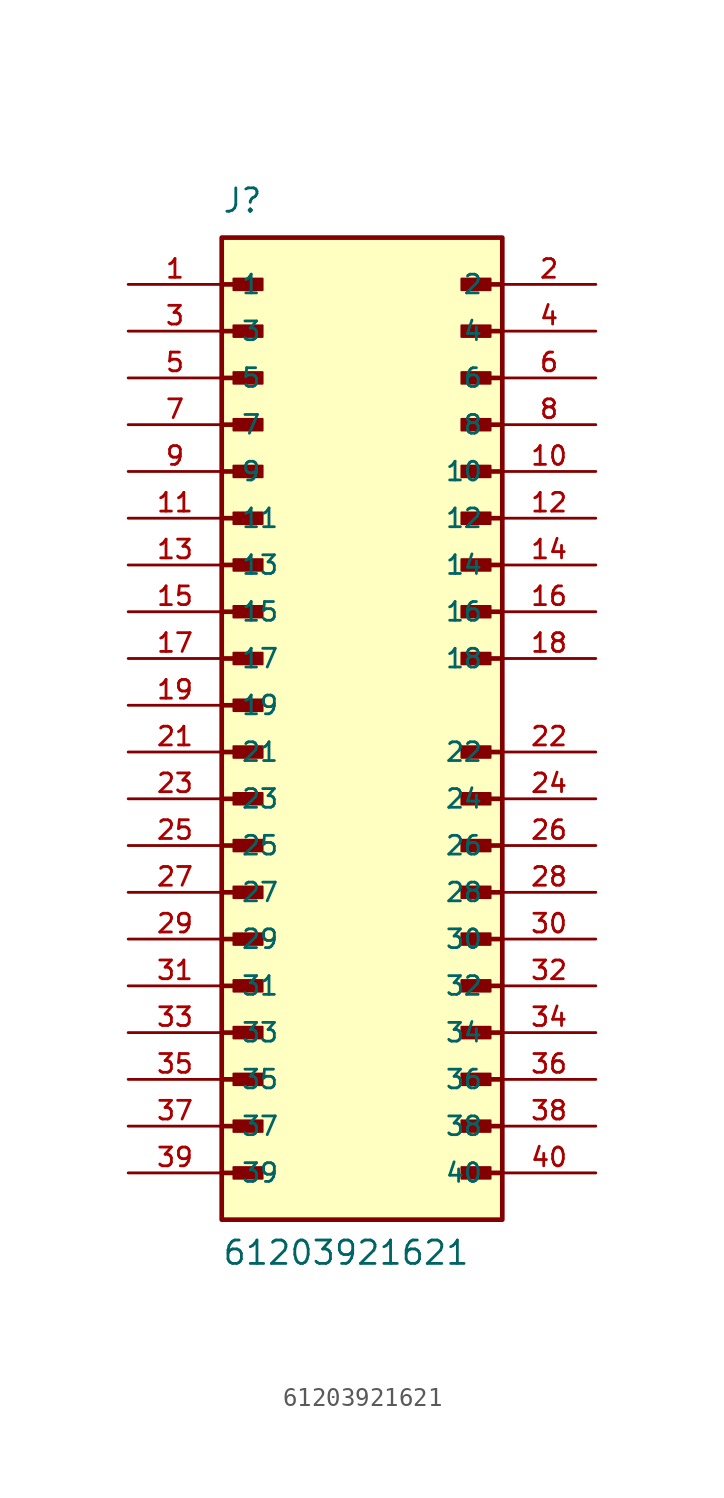
<source format=kicad_sym>
(kicad_symbol_lib
  (version 20231120)
  (generator "kicad_symbol_editor")
  (generator_version "8.0")
  (symbol "61203921621"
    (pin_names
      (offset 1.016))
    (property "Reference" "J"
      (at -7.62 26.67 0)
      (effects (font (size 1.27 1.27)) (justify left bottom)))
    (property "Value" "61203921621"
      (at -7.62 -30.48 0)
      (effects (font (size 1.27 1.27)) (justify left bottom)))
    (symbol "61203921621_0_0"
      (rectangle (start -7.62 25.4) (end 7.62 -27.94) (stroke (width 0.254) (type default)) (fill (type background)))
      (rectangle (start -6.985 -25.718) (end -5.397 -25.082) (stroke (width 0.1) (type default)) (fill (type outline)))
      (rectangle (start -6.985 -23.177) (end -5.397 -22.543) (stroke (width 0.1) (type default)) (fill (type outline)))
      (rectangle (start -6.985 -20.637) (end -5.397 -20.003) (stroke (width 0.1) (type default)) (fill (type outline)))
      (rectangle (start -6.985 -18.098) (end -5.397 -17.462) (stroke (width 0.1) (type default)) (fill (type outline)))
      (rectangle (start -6.985 -15.557) (end -5.397 -14.922) (stroke (width 0.1) (type default)) (fill (type outline)))
      (rectangle (start -6.985 -13.018) (end -5.397 -12.383) (stroke (width 0.1) (type default)) (fill (type outline)))
      (rectangle (start -6.985 -10.477) (end -5.397 -9.842) (stroke (width 0.1) (type default)) (fill (type outline)))
      (rectangle (start -6.985 -7.938) (end -5.397 -7.303) (stroke (width 0.1) (type default)) (fill (type outline)))
      (rectangle (start -6.985 -5.397) (end -5.397 -4.763) (stroke (width 0.1) (type default)) (fill (type outline)))
      (rectangle (start -6.985 -2.857) (end -5.397 -2.223) (stroke (width 0.1) (type default)) (fill (type outline)))
      (rectangle (start -6.985 -0.318) (end -5.397 0.318) (stroke (width 0.1) (type default)) (fill (type outline)))
      (rectangle (start -6.985 2.223) (end -5.397 2.857) (stroke (width 0.1) (type default)) (fill (type outline)))
      (rectangle (start -6.985 4.763) (end -5.397 5.397) (stroke (width 0.1) (type default)) (fill (type outline)))
      (rectangle (start -6.985 7.303) (end -5.397 7.938) (stroke (width 0.1) (type default)) (fill (type outline)))
      (rectangle (start -6.985 9.842) (end -5.397 10.477) (stroke (width 0.1) (type default)) (fill (type outline)))
      (rectangle (start -6.985 12.383) (end -5.397 13.018) (stroke (width 0.1) (type default)) (fill (type outline)))
      (rectangle (start -6.985 14.922) (end -5.397 15.557) (stroke (width 0.1) (type default)) (fill (type outline)))
      (rectangle (start -6.985 17.462) (end -5.397 18.098) (stroke (width 0.1) (type default)) (fill (type outline)))
      (rectangle (start -6.985 20.003) (end -5.397 20.637) (stroke (width 0.1) (type default)) (fill (type outline)))
      (rectangle (start -6.985 22.543) (end -5.397 23.177) (stroke (width 0.1) (type default)) (fill (type outline)))
      (polyline (pts (xy -7.62 -25.4) (xy -5.715 -25.4)) (stroke (width 0.254) (type default)) (fill (type none)))
      (polyline (pts (xy -7.62 -22.86) (xy -5.715 -22.86)) (stroke (width 0.254) (type default)) (fill (type none)))
      (polyline (pts (xy -7.62 -20.32) (xy -5.715 -20.32)) (stroke (width 0.254) (type default)) (fill (type none)))
      (polyline (pts (xy -7.62 -17.78) (xy -5.715 -17.78)) (stroke (width 0.254) (type default)) (fill (type none)))
      (polyline (pts (xy -7.62 -15.24) (xy -5.715 -15.24)) (stroke (width 0.254) (type default)) (fill (type none)))
      (polyline (pts (xy -7.62 -12.7) (xy -5.715 -12.7)) (stroke (width 0.254) (type default)) (fill (type none)))
      (polyline (pts (xy -7.62 -10.16) (xy -5.715 -10.16)) (stroke (width 0.254) (type default)) (fill (type none)))
      (polyline (pts (xy -7.62 -7.62) (xy -5.715 -7.62)) (stroke (width 0.254) (type default)) (fill (type none)))
      (polyline (pts (xy -7.62 -5.08) (xy -5.715 -5.08)) (stroke (width 0.254) (type default)) (fill (type none)))
      (polyline (pts (xy -7.62 -2.54) (xy -5.715 -2.54)) (stroke (width 0.254) (type default)) (fill (type none)))
      (polyline (pts (xy -7.62 0) (xy -5.715 0)) (stroke (width 0.254) (type default)) (fill (type none)))
      (polyline (pts (xy -7.62 2.54) (xy -5.715 2.54)) (stroke (width 0.254) (type default)) (fill (type none)))
      (polyline (pts (xy -7.62 5.08) (xy -5.715 5.08)) (stroke (width 0.254) (type default)) (fill (type none)))
      (polyline (pts (xy -7.62 7.62) (xy -5.715 7.62)) (stroke (width 0.254) (type default)) (fill (type none)))
      (polyline (pts (xy -7.62 10.16) (xy -5.715 10.16)) (stroke (width 0.254) (type default)) (fill (type none)))
      (polyline (pts (xy -7.62 12.7) (xy -5.715 12.7)) (stroke (width 0.254) (type default)) (fill (type none)))
      (polyline (pts (xy -7.62 15.24) (xy -5.715 15.24)) (stroke (width 0.254) (type default)) (fill (type none)))
      (polyline (pts (xy -7.62 17.78) (xy -5.715 17.78)) (stroke (width 0.254) (type default)) (fill (type none)))
      (polyline (pts (xy -7.62 20.32) (xy -5.715 20.32)) (stroke (width 0.254) (type default)) (fill (type none)))
      (polyline (pts (xy -7.62 22.86) (xy -5.715 22.86)) (stroke (width 0.254) (type default)) (fill (type none)))
      (polyline (pts (xy 7.62 -25.4) (xy 5.715 -25.4)) (stroke (width 0.254) (type default)) (fill (type none)))
      (polyline (pts (xy 7.62 -22.86) (xy 5.715 -22.86)) (stroke (width 0.254) (type default)) (fill (type none)))
      (polyline (pts (xy 7.62 -20.32) (xy 5.715 -20.32)) (stroke (width 0.254) (type default)) (fill (type none)))
      (polyline (pts (xy 7.62 -17.78) (xy 5.715 -17.78)) (stroke (width 0.254) (type default)) (fill (type none)))
      (polyline (pts (xy 7.62 -15.24) (xy 5.715 -15.24)) (stroke (width 0.254) (type default)) (fill (type none)))
      (polyline (pts (xy 7.62 -12.7) (xy 5.715 -12.7)) (stroke (width 0.254) (type default)) (fill (type none)))
      (polyline (pts (xy 7.62 -10.16) (xy 5.715 -10.16)) (stroke (width 0.254) (type default)) (fill (type none)))
      (polyline (pts (xy 7.62 -7.62) (xy 5.715 -7.62)) (stroke (width 0.254) (type default)) (fill (type none)))
      (polyline (pts (xy 7.62 -5.08) (xy 5.715 -5.08)) (stroke (width 0.254) (type default)) (fill (type none)))
      (polyline (pts (xy 7.62 -2.54) (xy 5.715 -2.54)) (stroke (width 0.254) (type default)) (fill (type none)))
      (polyline (pts (xy 7.62 2.54) (xy 5.715 2.54)) (stroke (width 0.254) (type default)) (fill (type none)))
      (polyline (pts (xy 7.62 5.08) (xy 5.715 5.08)) (stroke (width 0.254) (type default)) (fill (type none)))
      (polyline (pts (xy 7.62 7.62) (xy 5.715 7.62)) (stroke (width 0.254) (type default)) (fill (type none)))
      (polyline (pts (xy 7.62 10.16) (xy 5.715 10.16)) (stroke (width 0.254) (type default)) (fill (type none)))
      (polyline (pts (xy 7.62 12.7) (xy 5.715 12.7)) (stroke (width 0.254) (type default)) (fill (type none)))
      (polyline (pts (xy 7.62 15.24) (xy 5.715 15.24)) (stroke (width 0.254) (type default)) (fill (type none)))
      (polyline (pts (xy 7.62 17.78) (xy 5.715 17.78)) (stroke (width 0.254) (type default)) (fill (type none)))
      (polyline (pts (xy 7.62 20.32) (xy 5.715 20.32)) (stroke (width 0.254) (type default)) (fill (type none)))
      (polyline (pts (xy 7.62 22.86) (xy 5.715 22.86)) (stroke (width 0.254) (type default)) (fill (type none)))
      (rectangle (start 5.397 -25.718) (end 6.985 -25.082) (stroke (width 0.1) (type default)) (fill (type outline)))
      (rectangle (start 5.397 -23.177) (end 6.985 -22.543) (stroke (width 0.1) (type default)) (fill (type outline)))
      (rectangle (start 5.397 -20.637) (end 6.985 -20.003) (stroke (width 0.1) (type default)) (fill (type outline)))
      (rectangle (start 5.397 -18.098) (end 6.985 -17.462) (stroke (width 0.1) (type default)) (fill (type outline)))
      (rectangle (start 5.397 -15.557) (end 6.985 -14.922) (stroke (width 0.1) (type default)) (fill (type outline)))
      (rectangle (start 5.397 -13.018) (end 6.985 -12.383) (stroke (width 0.1) (type default)) (fill (type outline)))
      (rectangle (start 5.397 -10.477) (end 6.985 -9.842) (stroke (width 0.1) (type default)) (fill (type outline)))
      (rectangle (start 5.397 -7.938) (end 6.985 -7.303) (stroke (width 0.1) (type default)) (fill (type outline)))
      (rectangle (start 5.397 -5.397) (end 6.985 -4.763) (stroke (width 0.1) (type default)) (fill (type outline)))
      (rectangle (start 5.397 -2.857) (end 6.985 -2.223) (stroke (width 0.1) (type default)) (fill (type outline)))
      (rectangle (start 5.397 2.223) (end 6.985 2.857) (stroke (width 0.1) (type default)) (fill (type outline)))
      (rectangle (start 5.397 4.763) (end 6.985 5.397) (stroke (width 0.1) (type default)) (fill (type outline)))
      (rectangle (start 5.397 7.303) (end 6.985 7.938) (stroke (width 0.1) (type default)) (fill (type outline)))
      (rectangle (start 5.397 9.842) (end 6.985 10.477) (stroke (width 0.1) (type default)) (fill (type outline)))
      (rectangle (start 5.397 12.383) (end 6.985 13.018) (stroke (width 0.1) (type default)) (fill (type outline)))
      (rectangle (start 5.397 14.922) (end 6.985 15.557) (stroke (width 0.1) (type default)) (fill (type outline)))
      (rectangle (start 5.397 17.462) (end 6.985 18.098) (stroke (width 0.1) (type default)) (fill (type outline)))
      (rectangle (start 5.397 20.003) (end 6.985 20.637) (stroke (width 0.1) (type default)) (fill (type outline)))
      (rectangle (start 5.397 22.543) (end 6.985 23.177) (stroke (width 0.1) (type default)) (fill (type outline)))
      (pin passive line (at -12.7 22.86 0) (length 5.08) (name "1" (effects (font (size 1.016 1.016)))) (number "1" (effects (font (size 1.016 1.016)))))
      (pin passive line (at 12.7 12.7 180) (length 5.08) (name "10" (effects (font (size 1.016 1.016)))) (number "10" (effects (font (size 1.016 1.016)))))
      (pin passive line (at -12.7 10.16 0) (length 5.08) (name "11" (effects (font (size 1.016 1.016)))) (number "11" (effects (font (size 1.016 1.016)))))
      (pin passive line (at 12.7 10.16 180) (length 5.08) (name "12" (effects (font (size 1.016 1.016)))) (number "12" (effects (font (size 1.016 1.016)))))
      (pin passive line (at -12.7 7.62 0) (length 5.08) (name "13" (effects (font (size 1.016 1.016)))) (number "13" (effects (font (size 1.016 1.016)))))
      (pin passive line (at 12.7 7.62 180) (length 5.08) (name "14" (effects (font (size 1.016 1.016)))) (number "14" (effects (font (size 1.016 1.016)))))
      (pin passive line (at -12.7 5.08 0) (length 5.08) (name "15" (effects (font (size 1.016 1.016)))) (number "15" (effects (font (size 1.016 1.016)))))
      (pin passive line (at 12.7 5.08 180) (length 5.08) (name "16" (effects (font (size 1.016 1.016)))) (number "16" (effects (font (size 1.016 1.016)))))
      (pin passive line (at -12.7 2.54 0) (length 5.08) (name "17" (effects (font (size 1.016 1.016)))) (number "17" (effects (font (size 1.016 1.016)))))
      (pin passive line (at 12.7 2.54 180) (length 5.08) (name "18" (effects (font (size 1.016 1.016)))) (number "18" (effects (font (size 1.016 1.016)))))
      (pin passive line (at -12.7 0 0) (length 5.08) (name "19" (effects (font (size 1.016 1.016)))) (number "19" (effects (font (size 1.016 1.016)))))
      (pin passive line (at 12.7 22.86 180) (length 5.08) (name "2" (effects (font (size 1.016 1.016)))) (number "2" (effects (font (size 1.016 1.016)))))
      (pin passive line (at -12.7 -2.54 0) (length 5.08) (name "21" (effects (font (size 1.016 1.016)))) (number "21" (effects (font (size 1.016 1.016)))))
      (pin passive line (at 12.7 -2.54 180) (length 5.08) (name "22" (effects (font (size 1.016 1.016)))) (number "22" (effects (font (size 1.016 1.016)))))
      (pin passive line (at -12.7 -5.08 0) (length 5.08) (name "23" (effects (font (size 1.016 1.016)))) (number "23" (effects (font (size 1.016 1.016)))))
      (pin passive line (at 12.7 -5.08 180) (length 5.08) (name "24" (effects (font (size 1.016 1.016)))) (number "24" (effects (font (size 1.016 1.016)))))
      (pin passive line (at -12.7 -7.62 0) (length 5.08) (name "25" (effects (font (size 1.016 1.016)))) (number "25" (effects (font (size 1.016 1.016)))))
      (pin passive line (at 12.7 -7.62 180) (length 5.08) (name "26" (effects (font (size 1.016 1.016)))) (number "26" (effects (font (size 1.016 1.016)))))
      (pin passive line (at -12.7 -10.16 0) (length 5.08) (name "27" (effects (font (size 1.016 1.016)))) (number "27" (effects (font (size 1.016 1.016)))))
      (pin passive line (at 12.7 -10.16 180) (length 5.08) (name "28" (effects (font (size 1.016 1.016)))) (number "28" (effects (font (size 1.016 1.016)))))
      (pin passive line (at -12.7 -12.7 0) (length 5.08) (name "29" (effects (font (size 1.016 1.016)))) (number "29" (effects (font (size 1.016 1.016)))))
      (pin passive line (at -12.7 20.32 0) (length 5.08) (name "3" (effects (font (size 1.016 1.016)))) (number "3" (effects (font (size 1.016 1.016)))))
      (pin passive line (at 12.7 -12.7 180) (length 5.08) (name "30" (effects (font (size 1.016 1.016)))) (number "30" (effects (font (size 1.016 1.016)))))
      (pin passive line (at -12.7 -15.24 0) (length 5.08) (name "31" (effects (font (size 1.016 1.016)))) (number "31" (effects (font (size 1.016 1.016)))))
      (pin passive line (at 12.7 -15.24 180) (length 5.08) (name "32" (effects (font (size 1.016 1.016)))) (number "32" (effects (font (size 1.016 1.016)))))
      (pin passive line (at -12.7 -17.78 0) (length 5.08) (name "33" (effects (font (size 1.016 1.016)))) (number "33" (effects (font (size 1.016 1.016)))))
      (pin passive line (at 12.7 -17.78 180) (length 5.08) (name "34" (effects (font (size 1.016 1.016)))) (number "34" (effects (font (size 1.016 1.016)))))
      (pin passive line (at -12.7 -20.32 0) (length 5.08) (name "35" (effects (font (size 1.016 1.016)))) (number "35" (effects (font (size 1.016 1.016)))))
      (pin passive line (at 12.7 -20.32 180) (length 5.08) (name "36" (effects (font (size 1.016 1.016)))) (number "36" (effects (font (size 1.016 1.016)))))
      (pin passive line (at -12.7 -22.86 0) (length 5.08) (name "37" (effects (font (size 1.016 1.016)))) (number "37" (effects (font (size 1.016 1.016)))))
      (pin passive line (at 12.7 -22.86 180) (length 5.08) (name "38" (effects (font (size 1.016 1.016)))) (number "38" (effects (font (size 1.016 1.016)))))
      (pin passive line (at -12.7 -25.4 0) (length 5.08) (name "39" (effects (font (size 1.016 1.016)))) (number "39" (effects (font (size 1.016 1.016)))))
      (pin passive line (at 12.7 20.32 180) (length 5.08) (name "4" (effects (font (size 1.016 1.016)))) (number "4" (effects (font (size 1.016 1.016)))))
      (pin passive line (at 12.7 -25.4 180) (length 5.08) (name "40" (effects (font (size 1.016 1.016)))) (number "40" (effects (font (size 1.016 1.016)))))
      (pin passive line (at -12.7 17.78 0) (length 5.08) (name "5" (effects (font (size 1.016 1.016)))) (number "5" (effects (font (size 1.016 1.016)))))
      (pin passive line (at 12.7 17.78 180) (length 5.08) (name "6" (effects (font (size 1.016 1.016)))) (number "6" (effects (font (size 1.016 1.016)))))
      (pin passive line (at -12.7 15.24 0) (length 5.08) (name "7" (effects (font (size 1.016 1.016)))) (number "7" (effects (font (size 1.016 1.016)))))
      (pin passive line (at 12.7 15.24 180) (length 5.08) (name "8" (effects (font (size 1.016 1.016)))) (number "8" (effects (font (size 1.016 1.016)))))
      (pin passive line (at -12.7 12.7 0) (length 5.08) (name "9" (effects (font (size 1.016 1.016)))) (number "9" (effects (font (size 1.016 1.016))))))))
</source>
